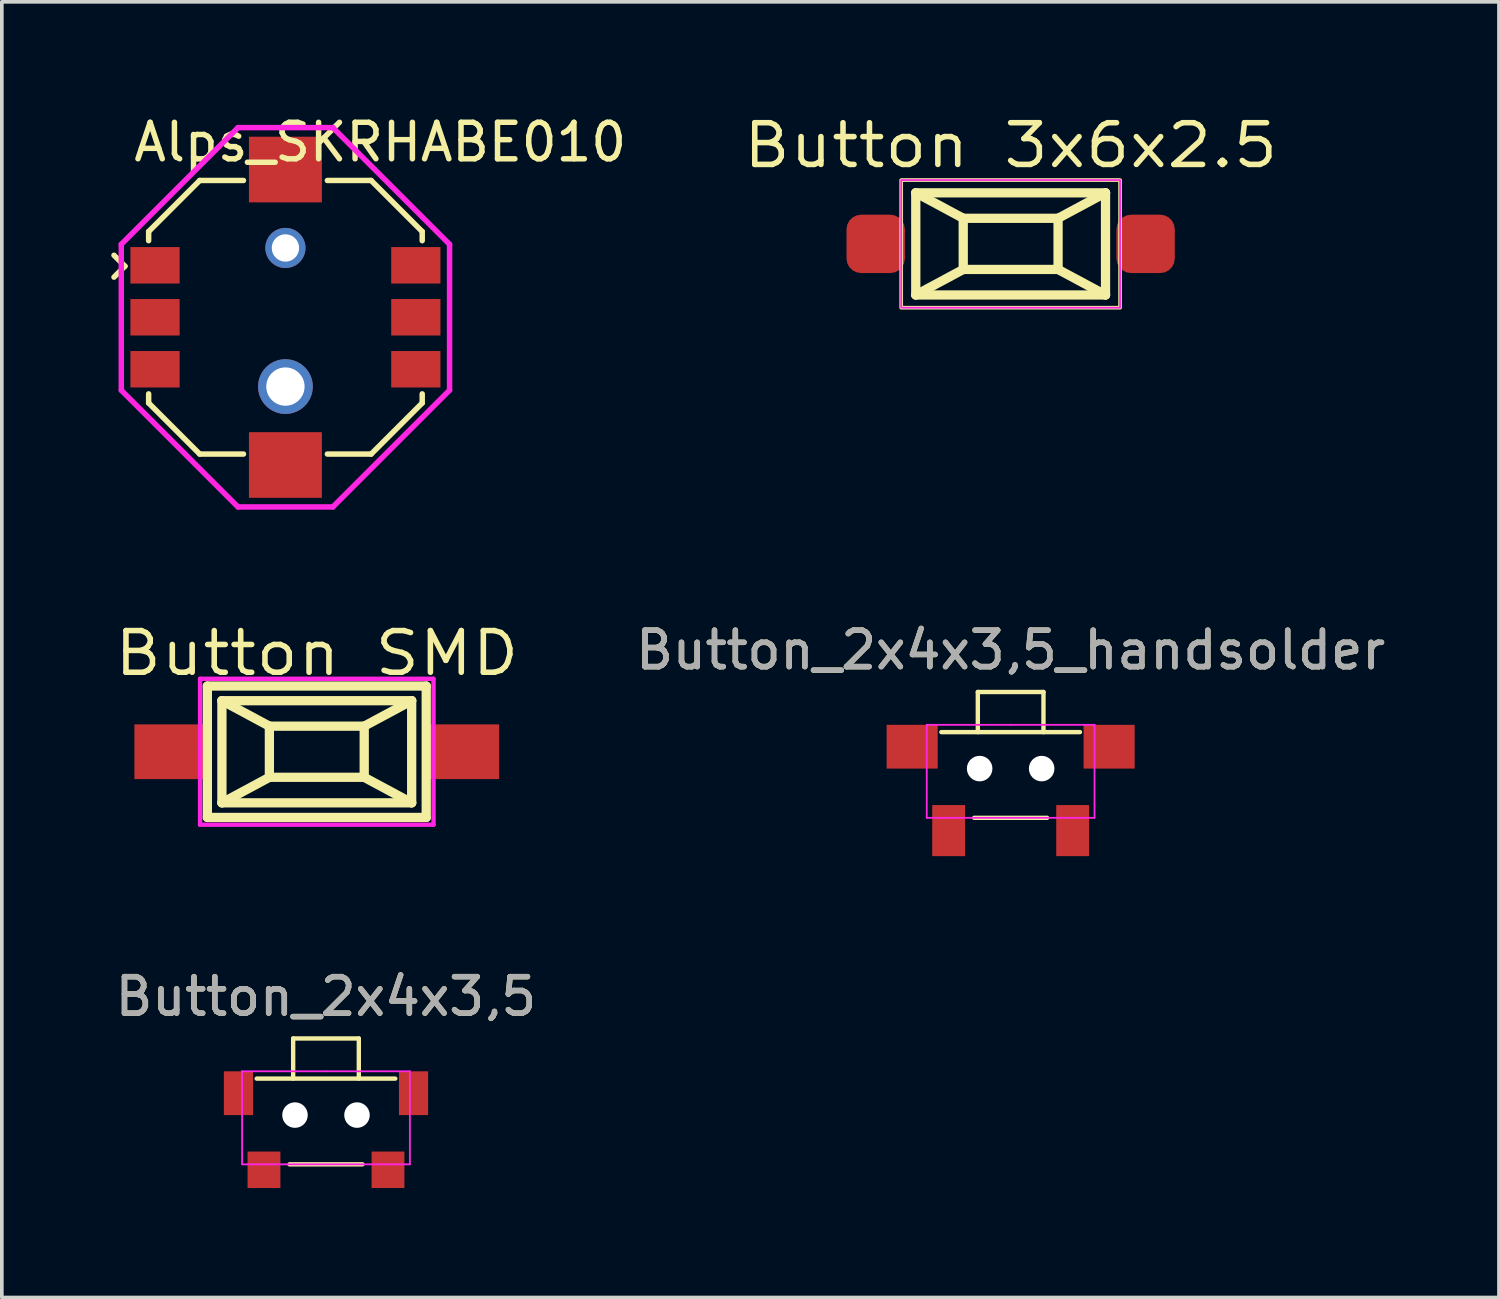
<source format=kicad_pcb>
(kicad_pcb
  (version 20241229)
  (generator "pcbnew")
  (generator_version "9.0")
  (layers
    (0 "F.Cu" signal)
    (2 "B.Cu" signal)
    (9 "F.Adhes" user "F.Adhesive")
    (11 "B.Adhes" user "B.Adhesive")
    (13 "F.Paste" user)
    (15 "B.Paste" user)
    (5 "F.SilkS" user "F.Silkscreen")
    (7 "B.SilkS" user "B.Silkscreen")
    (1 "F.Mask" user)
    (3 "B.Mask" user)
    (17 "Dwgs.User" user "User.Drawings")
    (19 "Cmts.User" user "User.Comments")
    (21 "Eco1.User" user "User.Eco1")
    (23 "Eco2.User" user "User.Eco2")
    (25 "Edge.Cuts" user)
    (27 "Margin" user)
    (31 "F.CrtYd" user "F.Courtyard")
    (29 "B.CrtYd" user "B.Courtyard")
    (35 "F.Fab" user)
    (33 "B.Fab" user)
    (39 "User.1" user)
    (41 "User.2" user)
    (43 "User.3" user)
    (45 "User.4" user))
  (footprint "Button 3x6x2.5"
    (layer "F.Cu")
    (at 24.657 3.636)
    (property "Reference" "Button 3x6x2.5" (at 0 -2.7 0) (layer "F.SilkS") (effects (font (size 1.143 1.27) (thickness 0.152))))
    (attr through_hole)
    (fp_line (start -2.601 -1.4) (end -1.3 -0.701) (stroke (width 0.254) (type solid)) (layer "F.SilkS"))
    (fp_line (start -2.601 -1.4) (end 2.601 -1.4) (stroke (width 0.254) (type solid)) (layer "F.SilkS"))
    (fp_line (start -2.601 1.4) (end -2.601 -1.4) (stroke (width 0.254) (type solid)) (layer "F.SilkS"))
    (fp_line (start -1.3 -0.701) (end 1.3 -0.701) (stroke (width 0.254) (type solid)) (layer "F.SilkS"))
    (fp_line (start -1.3 0.701) (end -2.601 1.4) (stroke (width 0.254) (type solid)) (layer "F.SilkS"))
    (fp_line (start -1.3 0.701) (end -1.3 -0.701) (stroke (width 0.254) (type solid)) (layer "F.SilkS"))
    (fp_line (start 1.3 -0.701) (end 1.3 0.701) (stroke (width 0.254) (type solid)) (layer "F.SilkS"))
    (fp_line (start 1.3 -0.701) (end 2.601 -1.4) (stroke (width 0.254) (type solid)) (layer "F.SilkS"))
    (fp_line (start 1.3 0.701) (end -1.3 0.701) (stroke (width 0.254) (type solid)) (layer "F.SilkS"))
    (fp_line (start 1.3 0.701) (end 2.601 1.4) (stroke (width 0.254) (type solid)) (layer "F.SilkS"))
    (fp_line (start 2.601 -1.4) (end 2.601 1.4) (stroke (width 0.254) (type solid)) (layer "F.SilkS"))
    (fp_line (start 2.601 1.4) (end -2.601 1.4) (stroke (width 0.254) (type solid)) (layer "F.SilkS"))
    (fp_rect (start -3 -1.75) (end 3 1.75) (stroke (width 0.1) (type default)) (fill no) (layer "F.SilkS"))
    (fp_rect (start -3 -1.75) (end 3 1.75) (stroke (width 0.05) (type default)) (fill no) (layer "F.CrtYd"))
    (pad "1" smd roundrect (at -3.7 0) (size 1.6 1.6) (layers "F.Cu" "F.Mask" "F.Paste") (roundrect_rratio 0.25))
    (pad "2" smd roundrect (at 3.7 0) (size 1.6 1.6) (layers "F.Cu" "F.Mask" "F.Paste") (roundrect_rratio 0.25)))
  (footprint "Alps_SKRHABE010"
    (layer "F.Cu")
    (at 4.775 5.648)
    (property "Reference" "Alps_SKRHABE010" (at 2.6 -4.8 0) (layer "F.SilkS") (effects (font (size 1 1) (thickness 0.15))))
    (attr through_hole)
    (fp_line (start -4.7 -1.1) (end -4.4 -1.4) (stroke (width 0.15) (type solid)) (layer "F.SilkS"))
    (fp_line (start -4.4 -1.4) (end -4.7 -1.7) (stroke (width 0.15) (type solid)) (layer "F.SilkS"))
    (fp_line (start -3.75 -2.35) (end -3.75 -2.1) (stroke (width 0.15) (type solid)) (layer "F.SilkS"))
    (fp_line (start -3.75 -2.35) (end -2.35 -3.75) (stroke (width 0.15) (type solid)) (layer "F.SilkS"))
    (fp_line (start -3.75 2.35) (end -3.75 2.1) (stroke (width 0.15) (type solid)) (layer "F.SilkS"))
    (fp_line (start -2.35 -3.75) (end -1.15 -3.75) (stroke (width 0.15) (type solid)) (layer "F.SilkS"))
    (fp_line (start -2.35 3.75) (end -3.75 2.35) (stroke (width 0.15) (type solid)) (layer "F.SilkS"))
    (fp_line (start -1.15 3.75) (end -2.35 3.75) (stroke (width 0.15) (type solid)) (layer "F.SilkS"))
    (fp_line (start 1.15 -3.75) (end 2.35 -3.75) (stroke (width 0.15) (type solid)) (layer "F.SilkS"))
    (fp_line (start 2.35 -3.75) (end 3.75 -2.35) (stroke (width 0.15) (type solid)) (layer "F.SilkS"))
    (fp_line (start 2.35 3.75) (end 1.15 3.75) (stroke (width 0.15) (type solid)) (layer "F.SilkS"))
    (fp_line (start 3.75 -2.35) (end 3.75 -2.1) (stroke (width 0.15) (type solid)) (layer "F.SilkS"))
    (fp_line (start 3.75 2.35) (end 2.35 3.75) (stroke (width 0.15) (type solid)) (layer "F.SilkS"))
    (fp_line (start 3.75 2.35) (end 3.75 2.1) (stroke (width 0.15) (type solid)) (layer "F.SilkS"))
    (fp_line (start -4.5 -2) (end -1.3 -5.2) (stroke (width 0.15) (type solid)) (layer "F.CrtYd"))
    (fp_line (start -4.5 2) (end -4.5 -2) (stroke (width 0.15) (type solid)) (layer "F.CrtYd"))
    (fp_line (start -1.3 -5.2) (end 1.3 -5.2) (stroke (width 0.15) (type solid)) (layer "F.CrtYd"))
    (fp_line (start -1.3 5.2) (end -4.5 2) (stroke (width 0.15) (type solid)) (layer "F.CrtYd"))
    (fp_line (start 1.3 -5.2) (end 4.5 -2) (stroke (width 0.15) (type solid)) (layer "F.CrtYd"))
    (fp_line (start 1.3 5.2) (end -1.3 5.2) (stroke (width 0.15) (type solid)) (layer "F.CrtYd"))
    (fp_line (start 4.5 -2) (end 4.5 2) (stroke (width 0.15) (type solid)) (layer "F.CrtYd"))
    (fp_line (start 4.5 2) (end 1.3 5.2) (stroke (width 0.15) (type solid)) (layer "F.CrtYd"))
    (pad "" smd rect (at 0 -4.05) (size 2 1.8) (layers "F.Cu" "F.Mask" "F.Paste"))
    (pad "" np_thru_hole circle (at 0 -1.9) (size 1.1 1.1) (drill 0.75) (layers "*.Cu" "*.Mask"))
    (pad "" np_thru_hole circle (at 0 1.9) (size 1.5 1.5) (drill 1.05) (layers "*.Cu" "*.Mask"))
    (pad "" smd rect (at 0 4.05) (size 2 1.8) (layers "F.Cu" "F.Mask" "F.Paste"))
    (pad "1" smd rect (at -3.575 -1.425) (size 1.35 1) (layers "F.Cu" "F.Mask" "F.Paste"))
    (pad "2" smd rect (at -3.575 0) (size 1.35 1) (layers "F.Cu" "F.Mask" "F.Paste"))
    (pad "3" smd rect (at -3.575 1.425) (size 1.35 1) (layers "F.Cu" "F.Mask" "F.Paste"))
    (pad "4" smd rect (at 3.575 -1.425) (size 1.35 1) (layers "F.Cu" "F.Mask" "F.Paste"))
    (pad "5" smd rect (at 3.575 0) (size 1.35 1) (layers "F.Cu" "F.Mask" "F.Paste"))
    (pad "6" smd rect (at 3.575 1.425) (size 1.35 1) (layers "F.Cu" "F.Mask" "F.Paste")))
  (footprint "Button_2x4x3,5"
    (layer "F.Cu")
    (at 5.887 27.52)
    (property "Reference" "Button_2x4x3,5" (at 0 -3.25 0) (layer "F.SilkS") (effects (font (size 1 1) (thickness 0.15))))
    (attr smd)
    (fp_line (start -1.9 -1) (end 1.9 -1) (stroke (width 0.12) (type solid)) (layer "F.SilkS"))
    (fp_line (start -1 1.35) (end 1 1.35) (stroke (width 0.12) (type solid)) (layer "F.SilkS"))
    (fp_line (start -0.9 -2.1) (end 0.9 -2.1) (stroke (width 0.12) (type solid)) (layer "F.SilkS"))
    (fp_line (start -0.9 -1) (end -0.9 -2.1) (stroke (width 0.12) (type solid)) (layer "F.SilkS"))
    (fp_line (start 0.9 -2.1) (end 0.9 -1) (stroke (width 0.12) (type solid)) (layer "F.SilkS"))
    (fp_line (start -2.3 -1.2) (end -2.3 1.35) (stroke (width 0.05) (type solid)) (layer "F.CrtYd"))
    (fp_line (start -2.3 1.35) (end 2.3 1.35) (stroke (width 0.05) (type solid)) (layer "F.CrtYd"))
    (fp_line (start 0 -1.2) (end -2.3 -1.2) (stroke (width 0.05) (type solid)) (layer "F.CrtYd"))
    (fp_line (start 2.3 -1.2) (end 0 -1.2) (stroke (width 0.05) (type solid)) (layer "F.CrtYd"))
    (fp_line (start 2.3 1.35) (end 2.3 -1.2) (stroke (width 0.05) (type solid)) (layer "F.CrtYd"))
    (fp_text user "${REFERENCE}" (at 0 -3.25 0) (layer "F.Fab") (effects (font (size 1 1) (thickness 0.15))))
    (pad "" np_thru_hole circle (at -0.85 0) (size 0.7 0.7) (drill 0.7) (layers "*.Cu" "*.Mask"))
    (pad "" np_thru_hole circle (at 0.85 0) (size 0.7 0.7) (drill 0.7) (layers "*.Cu" "*.Mask"))
    (pad "1" smd rect (at -1.7 1.5) (size 0.9 1) (layers "F.Cu" "F.Mask" "F.Paste"))
    (pad "2" smd rect (at 1.7 1.5) (size 0.9 1) (layers "F.Cu" "F.Mask" "F.Paste"))
    (pad "MP" smd rect (at -2.4 -0.6) (size 0.8 1.2) (layers "F.Cu" "F.Mask" "F.Paste"))
    (pad "MP" smd rect (at 2.4 -0.6) (size 0.8 1.2) (layers "F.Cu" "F.Mask" "F.Paste")))
  (footprint "Button_2x4x3,5_handsolder"
    (layer "F.Cu")
    (at 24.657 18.021)
    (property "Reference" "Button_2x4x3,5_handsolder" (at 0 -3.25 0) (layer "F.SilkS") (effects (font (size 1 1) (thickness 0.15))))
    (attr smd)
    (fp_line (start -1.9 -1) (end 1.9 -1) (stroke (width 0.12) (type solid)) (layer "F.SilkS"))
    (fp_line (start -1 1.35) (end 1 1.35) (stroke (width 0.12) (type solid)) (layer "F.SilkS"))
    (fp_line (start -0.9 -2.1) (end 0.9 -2.1) (stroke (width 0.12) (type solid)) (layer "F.SilkS"))
    (fp_line (start -0.9 -1) (end -0.9 -2.1) (stroke (width 0.12) (type solid)) (layer "F.SilkS"))
    (fp_line (start 0.9 -2.1) (end 0.9 -1) (stroke (width 0.12) (type solid)) (layer "F.SilkS"))
    (fp_line (start -2.3 -1.2) (end -2.3 1.35) (stroke (width 0.05) (type solid)) (layer "F.CrtYd"))
    (fp_line (start -2.3 1.35) (end 2.3 1.35) (stroke (width 0.05) (type solid)) (layer "F.CrtYd"))
    (fp_line (start 0 -1.2) (end -2.3 -1.2) (stroke (width 0.05) (type solid)) (layer "F.CrtYd"))
    (fp_line (start 2.3 -1.2) (end 0 -1.2) (stroke (width 0.05) (type solid)) (layer "F.CrtYd"))
    (fp_line (start 2.3 1.35) (end 2.3 -1.2) (stroke (width 0.05) (type solid)) (layer "F.CrtYd"))
    (fp_text user "${REFERENCE}" (at 0 -3.25 0) (layer "F.Fab") (effects (font (size 1 1) (thickness 0.15))))
    (pad "" np_thru_hole circle (at -0.85 0) (size 0.7 0.7) (drill 0.7) (layers "*.Cu" "*.Mask"))
    (pad "" np_thru_hole circle (at 0.85 0) (size 0.7 0.7) (drill 0.7) (layers "*.Cu" "*.Mask"))
    (pad "1" smd rect (at -1.7 1.7) (size 0.9 1.4) (layers "F.Cu" "F.Mask" "F.Paste"))
    (pad "2" smd rect (at 1.7 1.7) (size 0.9 1.4) (layers "F.Cu" "F.Mask" "F.Paste"))
    (pad "MP" smd rect (at -2.7 -0.6) (size 1.4 1.2) (layers "F.Cu" "F.Mask" "F.Paste"))
    (pad "MP" smd rect (at 2.7 -0.6) (size 1.4 1.2) (layers "F.Cu" "F.Mask" "F.Paste")))
  (footprint "Button SMD"
    (layer "F.Cu")
    (at 5.635 17.559)
    (property "Reference" "Button SMD" (at 0 -2.7 0) (layer "F.SilkS") (effects (font (size 1.143 1.27) (thickness 0.152))))
    (attr through_hole)
    (fp_line (start -3 -1.801) (end 3 -1.801) (stroke (width 0.254) (type solid)) (layer "F.SilkS"))
    (fp_line (start -3 1.801) (end -3 -1.801) (stroke (width 0.254) (type solid)) (layer "F.SilkS"))
    (fp_line (start -2.601 -1.4) (end -1.3 -0.701) (stroke (width 0.254) (type solid)) (layer "F.SilkS"))
    (fp_line (start -2.601 -1.4) (end 2.601 -1.4) (stroke (width 0.254) (type solid)) (layer "F.SilkS"))
    (fp_line (start -2.601 1.4) (end -2.601 -1.4) (stroke (width 0.254) (type solid)) (layer "F.SilkS"))
    (fp_line (start -1.3 -0.701) (end 1.3 -0.701) (stroke (width 0.254) (type solid)) (layer "F.SilkS"))
    (fp_line (start -1.3 0.701) (end -2.601 1.4) (stroke (width 0.254) (type solid)) (layer "F.SilkS"))
    (fp_line (start -1.3 0.701) (end -1.3 -0.701) (stroke (width 0.254) (type solid)) (layer "F.SilkS"))
    (fp_line (start 1.3 -0.701) (end 1.3 0.701) (stroke (width 0.254) (type solid)) (layer "F.SilkS"))
    (fp_line (start 1.3 -0.701) (end 2.601 -1.4) (stroke (width 0.254) (type solid)) (layer "F.SilkS"))
    (fp_line (start 1.3 0.701) (end -1.3 0.701) (stroke (width 0.254) (type solid)) (layer "F.SilkS"))
    (fp_line (start 1.3 0.701) (end 2.601 1.4) (stroke (width 0.254) (type solid)) (layer "F.SilkS"))
    (fp_line (start 2.601 -1.4) (end 2.601 1.4) (stroke (width 0.254) (type solid)) (layer "F.SilkS"))
    (fp_line (start 2.601 1.4) (end -2.601 1.4) (stroke (width 0.254) (type solid)) (layer "F.SilkS"))
    (fp_line (start 3 -1.801) (end 3 1.801) (stroke (width 0.254) (type solid)) (layer "F.SilkS"))
    (fp_line (start 3 1.801) (end -3 1.801) (stroke (width 0.254) (type solid)) (layer "F.SilkS"))
    (fp_line (start -3.2 -2) (end 3.2 -2) (stroke (width 0.12) (type solid)) (layer "F.CrtYd"))
    (fp_line (start -3.2 -0.1) (end -3.2 -2) (stroke (width 0.12) (type solid)) (layer "F.CrtYd"))
    (fp_line (start -3.2 2) (end -3.2 -0.1) (stroke (width 0.12) (type solid)) (layer "F.CrtYd"))
    (fp_line (start 3.2 -2) (end 3.2 2) (stroke (width 0.12) (type solid)) (layer "F.CrtYd"))
    (fp_line (start 3.2 2) (end -3.2 2) (stroke (width 0.12) (type solid)) (layer "F.CrtYd"))
    (pad "1" smd rect (at -4 0) (size 2 1.5) (layers "F.Cu" "F.Mask" "F.Paste"))
    (pad "2" smd rect (at 4 0) (size 2 1.5) (layers "F.Cu" "F.Mask" "F.Paste")))
  (gr_rect
    (start -3 -3)
    (end 38.044 32.52)
    (stroke (width 0.1) (type default))
    (fill no)
    (layer "Edge.Cuts")))
</source>
